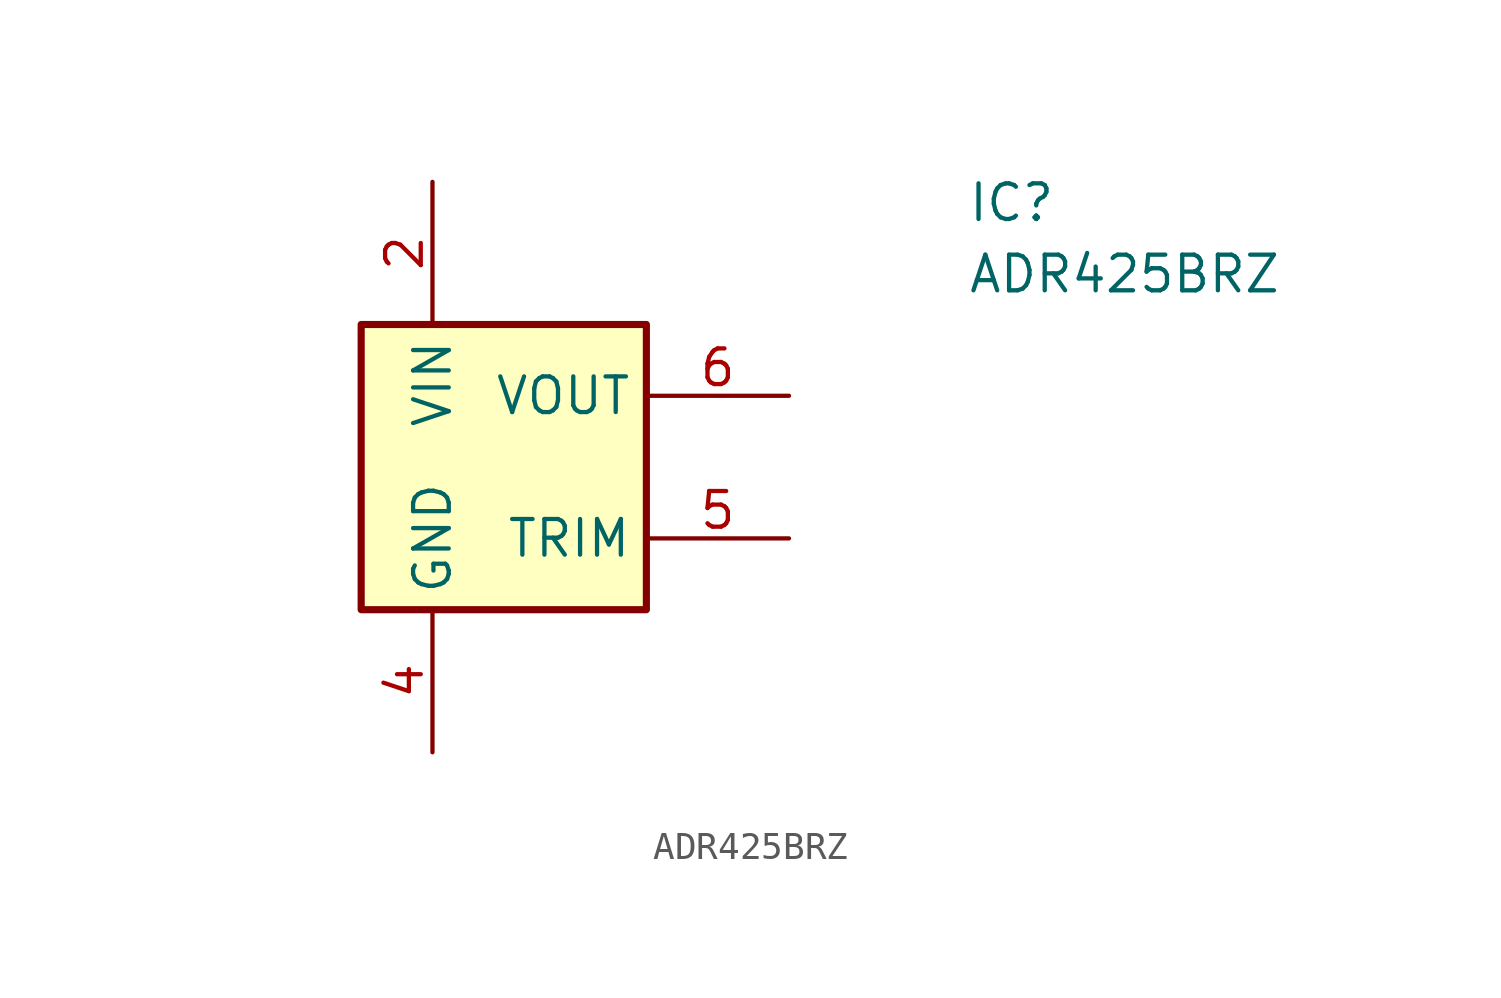
<source format=kicad_sym>
(kicad_symbol_lib
  (version 20241209)
  (generator "kicad_symbol_editor")
  (generator_version "9.0")
  (symbol "ADR425BRZ"
    (property "Reference" "IC"
      (at 26.67 7.62 0)
      (effects (font (size 1.27 1.27)) (justify left top)))
    (property "Value" "ADR425BRZ"
      (at 26.67 5.08 0)
      (effects (font (size 1.27 1.27)) (justify left top)))
    (symbol "ADR425BRZ_1_1"
      (rectangle (start 5.08 2.54) (end 15.24 -7.62) (stroke (width 0.254) (type default)) (fill (type background)))
      (pin no_connect line (at 0 0 0) (length 5.08) (hide yes) (name "TP_1" (effects (font (size 1.27 1.27)))) (number "1" (effects (font (size 1.27 1.27)))))
      (pin no_connect line (at 0 -5.08 0) (length 5.08) (hide yes) (name "NIC_1" (effects (font (size 1.27 1.27)))) (number "3" (effects (font (size 1.27 1.27)))))
      (pin passive line (at 7.62 7.62 270) (length 5.08) (name "VIN" (effects (font (size 1.27 1.27)))) (number "2" (effects (font (size 1.27 1.27)))))
      (pin passive line (at 7.62 -12.7 90) (length 5.08) (name "GND" (effects (font (size 1.27 1.27)))) (number "4" (effects (font (size 1.27 1.27)))))
      (pin passive line (at 20.32 0 180) (length 5.08) (name "VOUT" (effects (font (size 1.27 1.27)))) (number "6" (effects (font (size 1.27 1.27)))))
      (pin no_connect line (at 20.32 0 180) (length 5.08) (hide yes) (name "TP_2" (effects (font (size 1.27 1.27)))) (number "8" (effects (font (size 1.27 1.27)))))
      (pin no_connect line (at 20.32 -2.54 180) (length 5.08) (hide yes) (name "NIC_2" (effects (font (size 1.27 1.27)))) (number "7" (effects (font (size 1.27 1.27)))))
      (pin passive line (at 20.32 -5.08 180) (length 5.08) (name "TRIM" (effects (font (size 1.27 1.27)))) (number "5" (effects (font (size 1.27 1.27))))))))
</source>
